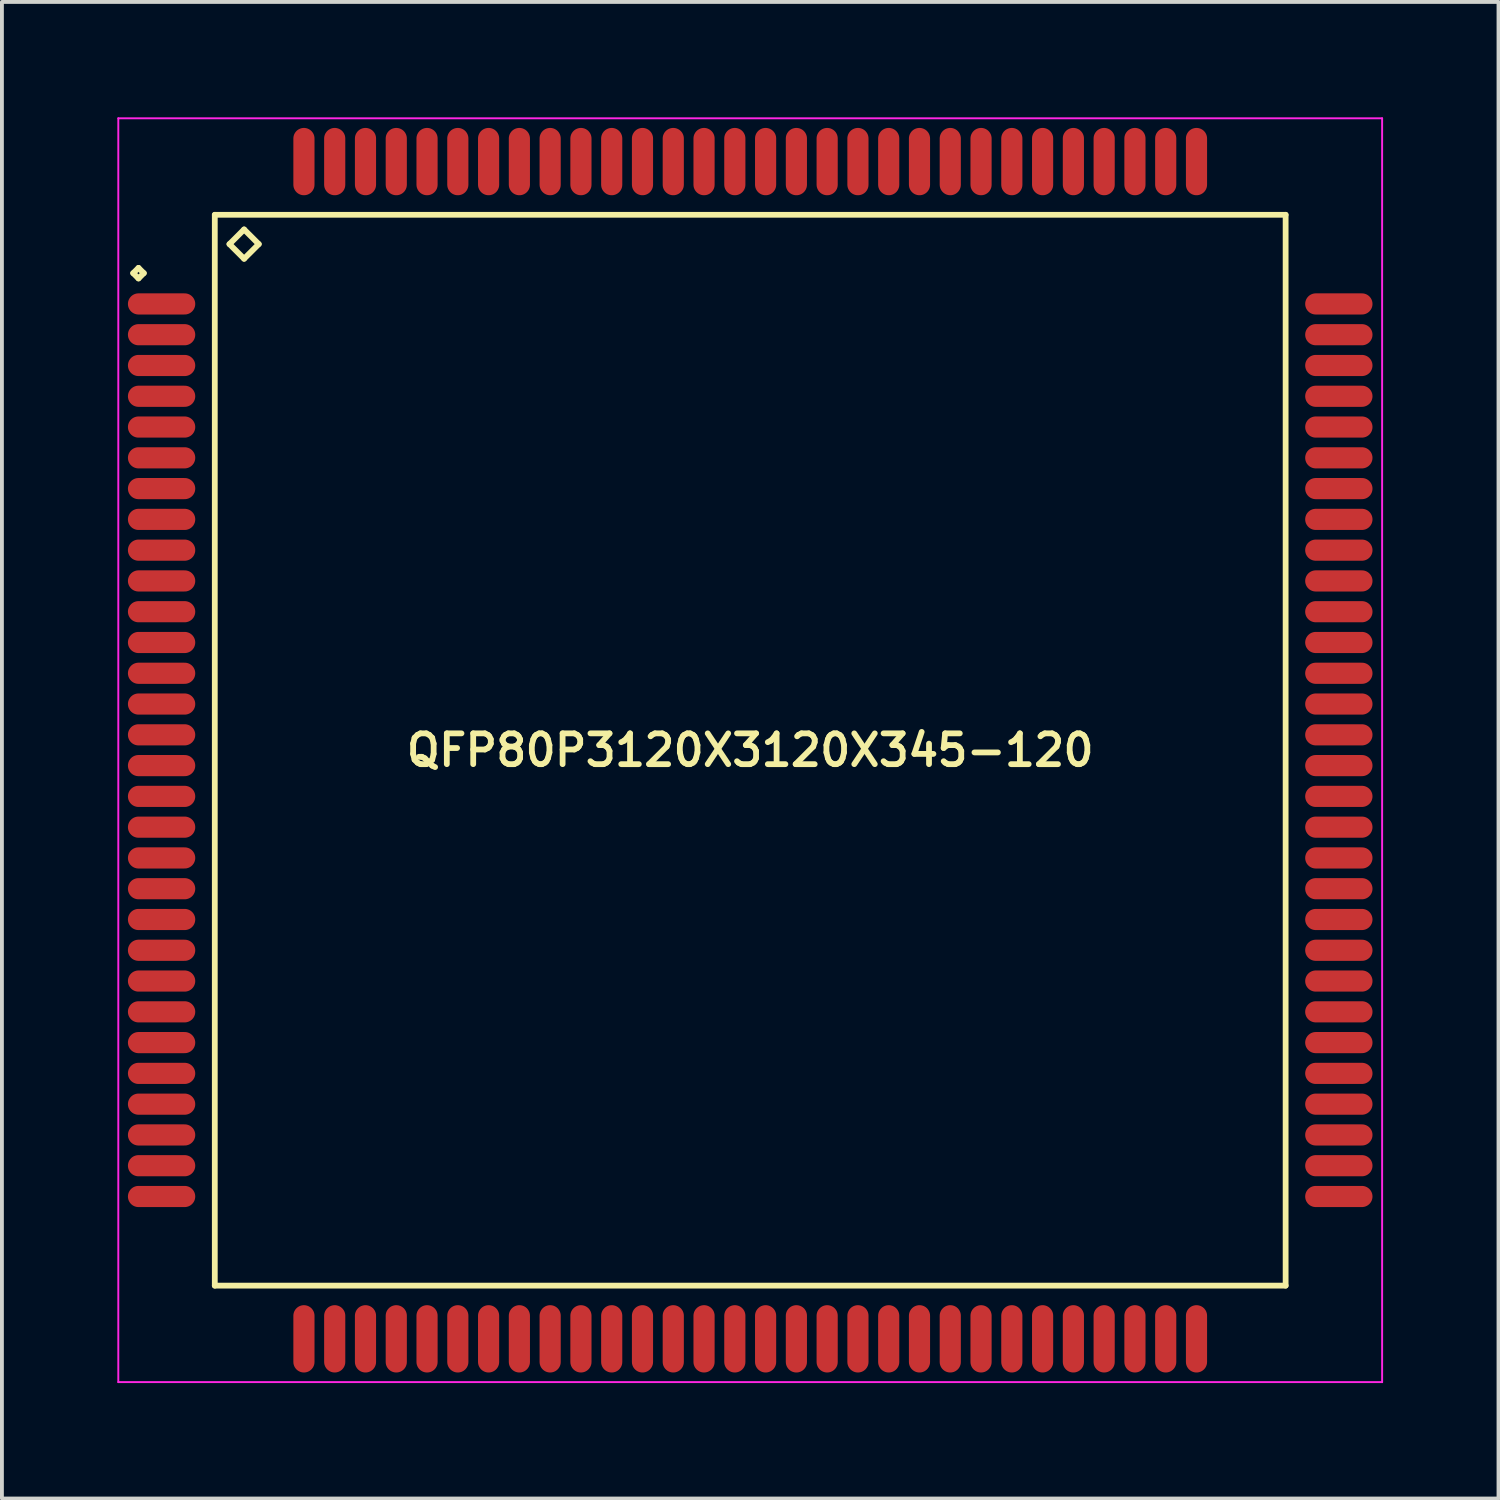
<source format=kicad_pcb>
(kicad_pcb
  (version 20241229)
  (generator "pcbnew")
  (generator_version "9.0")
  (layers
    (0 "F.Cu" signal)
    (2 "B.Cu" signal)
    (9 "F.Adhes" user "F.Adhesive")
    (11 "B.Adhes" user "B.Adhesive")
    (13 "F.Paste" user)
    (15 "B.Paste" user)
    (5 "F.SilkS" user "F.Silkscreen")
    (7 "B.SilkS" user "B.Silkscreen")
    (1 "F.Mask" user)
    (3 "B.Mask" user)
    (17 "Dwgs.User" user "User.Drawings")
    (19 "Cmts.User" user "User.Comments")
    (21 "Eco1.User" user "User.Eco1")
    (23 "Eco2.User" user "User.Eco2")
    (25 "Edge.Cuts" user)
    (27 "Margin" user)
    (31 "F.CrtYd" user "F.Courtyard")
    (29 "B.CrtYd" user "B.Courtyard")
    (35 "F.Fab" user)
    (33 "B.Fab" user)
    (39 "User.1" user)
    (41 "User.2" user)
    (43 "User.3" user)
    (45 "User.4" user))
  (footprint "QFP80P3120X3120X345-120"
    (layer "F.Cu")
    (at 16.45 16.45)
    (property "Reference" "QFP80P3120X3120X345-120" (at 0 0 0) (layer "F.SilkS") (effects (font (size 0.8 0.8) (thickness 0.15))))
    (attr smd)
    (fp_line (start -16.038 -12.4) (end -15.9 -12.537) (stroke (width 0.15) (type solid)) (layer "F.SilkS"))
    (fp_line (start -15.9 -12.537) (end -15.762 -12.4) (stroke (width 0.15) (type solid)) (layer "F.SilkS"))
    (fp_line (start -15.9 -12.262) (end -16.038 -12.4) (stroke (width 0.15) (type solid)) (layer "F.SilkS"))
    (fp_line (start -15.762 -12.4) (end -15.9 -12.262) (stroke (width 0.15) (type solid)) (layer "F.SilkS"))
    (fp_line (start -13.917 -13.917) (end -13.917 13.917) (stroke (width 0.15) (type solid)) (layer "F.SilkS"))
    (fp_line (start -13.917 13.917) (end 13.917 13.917) (stroke (width 0.15) (type solid)) (layer "F.SilkS"))
    (fp_line (start -13.536 -13.155) (end -13.155 -13.536) (stroke (width 0.15) (type solid)) (layer "F.SilkS"))
    (fp_line (start -13.155 -13.536) (end -12.774 -13.155) (stroke (width 0.15) (type solid)) (layer "F.SilkS"))
    (fp_line (start -13.155 -12.774) (end -13.536 -13.155) (stroke (width 0.15) (type solid)) (layer "F.SilkS"))
    (fp_line (start -12.774 -13.155) (end -13.155 -12.774) (stroke (width 0.15) (type solid)) (layer "F.SilkS"))
    (fp_line (start 13.917 -13.917) (end -13.917 -13.917) (stroke (width 0.15) (type solid)) (layer "F.SilkS"))
    (fp_line (start 13.917 13.917) (end 13.917 -13.917) (stroke (width 0.15) (type solid)) (layer "F.SilkS"))
    (fp_line (start -16.425 -16.425) (end 16.425 -16.425) (stroke (width 0.05) (type solid)) (layer "F.CrtYd"))
    (fp_line (start -16.425 16.425) (end -16.425 -16.425) (stroke (width 0.05) (type solid)) (layer "F.CrtYd"))
    (fp_line (start 16.425 -16.425) (end 16.425 16.425) (stroke (width 0.05) (type solid)) (layer "F.CrtYd"))
    (fp_line (start 16.425 16.425) (end -16.425 16.425) (stroke (width 0.05) (type solid)) (layer "F.CrtYd"))
    (pad "1" smd oval (at -15.3 -11.6) (size 1.75 0.55) (layers "F.Cu" "F.Mask" "F.Paste"))
    (pad "2" smd oval (at -15.3 -10.8) (size 1.75 0.55) (layers "F.Cu" "F.Mask" "F.Paste"))
    (pad "3" smd oval (at -15.3 -10) (size 1.75 0.55) (layers "F.Cu" "F.Mask" "F.Paste"))
    (pad "4" smd oval (at -15.3 -9.2) (size 1.75 0.55) (layers "F.Cu" "F.Mask" "F.Paste"))
    (pad "5" smd oval (at -15.3 -8.4) (size 1.75 0.55) (layers "F.Cu" "F.Mask" "F.Paste"))
    (pad "6" smd oval (at -15.3 -7.6) (size 1.75 0.55) (layers "F.Cu" "F.Mask" "F.Paste"))
    (pad "7" smd oval (at -15.3 -6.8) (size 1.75 0.55) (layers "F.Cu" "F.Mask" "F.Paste"))
    (pad "8" smd oval (at -15.3 -6) (size 1.75 0.55) (layers "F.Cu" "F.Mask" "F.Paste"))
    (pad "9" smd oval (at -15.3 -5.2) (size 1.75 0.55) (layers "F.Cu" "F.Mask" "F.Paste"))
    (pad "10" smd oval (at -15.3 -4.4) (size 1.75 0.55) (layers "F.Cu" "F.Mask" "F.Paste"))
    (pad "11" smd oval (at -15.3 -3.6) (size 1.75 0.55) (layers "F.Cu" "F.Mask" "F.Paste"))
    (pad "12" smd oval (at -15.3 -2.8) (size 1.75 0.55) (layers "F.Cu" "F.Mask" "F.Paste"))
    (pad "13" smd oval (at -15.3 -2) (size 1.75 0.55) (layers "F.Cu" "F.Mask" "F.Paste"))
    (pad "14" smd oval (at -15.3 -1.2) (size 1.75 0.55) (layers "F.Cu" "F.Mask" "F.Paste"))
    (pad "15" smd oval (at -15.3 -0.4) (size 1.75 0.55) (layers "F.Cu" "F.Mask" "F.Paste"))
    (pad "16" smd oval (at -15.3 0.4) (size 1.75 0.55) (layers "F.Cu" "F.Mask" "F.Paste"))
    (pad "17" smd oval (at -15.3 1.2) (size 1.75 0.55) (layers "F.Cu" "F.Mask" "F.Paste"))
    (pad "18" smd oval (at -15.3 2) (size 1.75 0.55) (layers "F.Cu" "F.Mask" "F.Paste"))
    (pad "19" smd oval (at -15.3 2.8) (size 1.75 0.55) (layers "F.Cu" "F.Mask" "F.Paste"))
    (pad "20" smd oval (at -15.3 3.6) (size 1.75 0.55) (layers "F.Cu" "F.Mask" "F.Paste"))
    (pad "21" smd oval (at -15.3 4.4) (size 1.75 0.55) (layers "F.Cu" "F.Mask" "F.Paste"))
    (pad "22" smd oval (at -15.3 5.2) (size 1.75 0.55) (layers "F.Cu" "F.Mask" "F.Paste"))
    (pad "23" smd oval (at -15.3 6) (size 1.75 0.55) (layers "F.Cu" "F.Mask" "F.Paste"))
    (pad "24" smd oval (at -15.3 6.8) (size 1.75 0.55) (layers "F.Cu" "F.Mask" "F.Paste"))
    (pad "25" smd oval (at -15.3 7.6) (size 1.75 0.55) (layers "F.Cu" "F.Mask" "F.Paste"))
    (pad "26" smd oval (at -15.3 8.4) (size 1.75 0.55) (layers "F.Cu" "F.Mask" "F.Paste"))
    (pad "27" smd oval (at -15.3 9.2) (size 1.75 0.55) (layers "F.Cu" "F.Mask" "F.Paste"))
    (pad "28" smd oval (at -15.3 10) (size 1.75 0.55) (layers "F.Cu" "F.Mask" "F.Paste"))
    (pad "29" smd oval (at -15.3 10.8) (size 1.75 0.55) (layers "F.Cu" "F.Mask" "F.Paste"))
    (pad "30" smd oval (at -15.3 11.6) (size 1.75 0.55) (layers "F.Cu" "F.Mask" "F.Paste"))
    (pad "31" smd oval (at -11.6 15.3) (size 0.55 1.75) (layers "F.Cu" "F.Mask" "F.Paste"))
    (pad "32" smd oval (at -10.8 15.3) (size 0.55 1.75) (layers "F.Cu" "F.Mask" "F.Paste"))
    (pad "33" smd oval (at -10 15.3) (size 0.55 1.75) (layers "F.Cu" "F.Mask" "F.Paste"))
    (pad "34" smd oval (at -9.2 15.3) (size 0.55 1.75) (layers "F.Cu" "F.Mask" "F.Paste"))
    (pad "35" smd oval (at -8.4 15.3) (size 0.55 1.75) (layers "F.Cu" "F.Mask" "F.Paste"))
    (pad "36" smd oval (at -7.6 15.3) (size 0.55 1.75) (layers "F.Cu" "F.Mask" "F.Paste"))
    (pad "37" smd oval (at -6.8 15.3) (size 0.55 1.75) (layers "F.Cu" "F.Mask" "F.Paste"))
    (pad "38" smd oval (at -6 15.3) (size 0.55 1.75) (layers "F.Cu" "F.Mask" "F.Paste"))
    (pad "39" smd oval (at -5.2 15.3) (size 0.55 1.75) (layers "F.Cu" "F.Mask" "F.Paste"))
    (pad "40" smd oval (at -4.4 15.3) (size 0.55 1.75) (layers "F.Cu" "F.Mask" "F.Paste"))
    (pad "41" smd oval (at -3.6 15.3) (size 0.55 1.75) (layers "F.Cu" "F.Mask" "F.Paste"))
    (pad "42" smd oval (at -2.8 15.3) (size 0.55 1.75) (layers "F.Cu" "F.Mask" "F.Paste"))
    (pad "43" smd oval (at -2 15.3) (size 0.55 1.75) (layers "F.Cu" "F.Mask" "F.Paste"))
    (pad "44" smd oval (at -1.2 15.3) (size 0.55 1.75) (layers "F.Cu" "F.Mask" "F.Paste"))
    (pad "45" smd oval (at -0.4 15.3) (size 0.55 1.75) (layers "F.Cu" "F.Mask" "F.Paste"))
    (pad "46" smd oval (at 0.4 15.3) (size 0.55 1.75) (layers "F.Cu" "F.Mask" "F.Paste"))
    (pad "47" smd oval (at 1.2 15.3) (size 0.55 1.75) (layers "F.Cu" "F.Mask" "F.Paste"))
    (pad "48" smd oval (at 2 15.3) (size 0.55 1.75) (layers "F.Cu" "F.Mask" "F.Paste"))
    (pad "49" smd oval (at 2.8 15.3) (size 0.55 1.75) (layers "F.Cu" "F.Mask" "F.Paste"))
    (pad "50" smd oval (at 3.6 15.3) (size 0.55 1.75) (layers "F.Cu" "F.Mask" "F.Paste"))
    (pad "51" smd oval (at 4.4 15.3) (size 0.55 1.75) (layers "F.Cu" "F.Mask" "F.Paste"))
    (pad "52" smd oval (at 5.2 15.3) (size 0.55 1.75) (layers "F.Cu" "F.Mask" "F.Paste"))
    (pad "53" smd oval (at 6 15.3) (size 0.55 1.75) (layers "F.Cu" "F.Mask" "F.Paste"))
    (pad "54" smd oval (at 6.8 15.3) (size 0.55 1.75) (layers "F.Cu" "F.Mask" "F.Paste"))
    (pad "55" smd oval (at 7.6 15.3) (size 0.55 1.75) (layers "F.Cu" "F.Mask" "F.Paste"))
    (pad "56" smd oval (at 8.4 15.3) (size 0.55 1.75) (layers "F.Cu" "F.Mask" "F.Paste"))
    (pad "57" smd oval (at 9.2 15.3) (size 0.55 1.75) (layers "F.Cu" "F.Mask" "F.Paste"))
    (pad "58" smd oval (at 10 15.3) (size 0.55 1.75) (layers "F.Cu" "F.Mask" "F.Paste"))
    (pad "59" smd oval (at 10.8 15.3) (size 0.55 1.75) (layers "F.Cu" "F.Mask" "F.Paste"))
    (pad "60" smd oval (at 11.6 15.3) (size 0.55 1.75) (layers "F.Cu" "F.Mask" "F.Paste"))
    (pad "61" smd oval (at 15.3 11.6) (size 1.75 0.55) (layers "F.Cu" "F.Mask" "F.Paste"))
    (pad "62" smd oval (at 15.3 10.8) (size 1.75 0.55) (layers "F.Cu" "F.Mask" "F.Paste"))
    (pad "63" smd oval (at 15.3 10) (size 1.75 0.55) (layers "F.Cu" "F.Mask" "F.Paste"))
    (pad "64" smd oval (at 15.3 9.2) (size 1.75 0.55) (layers "F.Cu" "F.Mask" "F.Paste"))
    (pad "65" smd oval (at 15.3 8.4) (size 1.75 0.55) (layers "F.Cu" "F.Mask" "F.Paste"))
    (pad "66" smd oval (at 15.3 7.6) (size 1.75 0.55) (layers "F.Cu" "F.Mask" "F.Paste"))
    (pad "67" smd oval (at 15.3 6.8) (size 1.75 0.55) (layers "F.Cu" "F.Mask" "F.Paste"))
    (pad "68" smd oval (at 15.3 6) (size 1.75 0.55) (layers "F.Cu" "F.Mask" "F.Paste"))
    (pad "69" smd oval (at 15.3 5.2) (size 1.75 0.55) (layers "F.Cu" "F.Mask" "F.Paste"))
    (pad "70" smd oval (at 15.3 4.4) (size 1.75 0.55) (layers "F.Cu" "F.Mask" "F.Paste"))
    (pad "71" smd oval (at 15.3 3.6) (size 1.75 0.55) (layers "F.Cu" "F.Mask" "F.Paste"))
    (pad "72" smd oval (at 15.3 2.8) (size 1.75 0.55) (layers "F.Cu" "F.Mask" "F.Paste"))
    (pad "73" smd oval (at 15.3 2) (size 1.75 0.55) (layers "F.Cu" "F.Mask" "F.Paste"))
    (pad "74" smd oval (at 15.3 1.2) (size 1.75 0.55) (layers "F.Cu" "F.Mask" "F.Paste"))
    (pad "75" smd oval (at 15.3 0.4) (size 1.75 0.55) (layers "F.Cu" "F.Mask" "F.Paste"))
    (pad "76" smd oval (at 15.3 -0.4) (size 1.75 0.55) (layers "F.Cu" "F.Mask" "F.Paste"))
    (pad "77" smd oval (at 15.3 -1.2) (size 1.75 0.55) (layers "F.Cu" "F.Mask" "F.Paste"))
    (pad "78" smd oval (at 15.3 -2) (size 1.75 0.55) (layers "F.Cu" "F.Mask" "F.Paste"))
    (pad "79" smd oval (at 15.3 -2.8) (size 1.75 0.55) (layers "F.Cu" "F.Mask" "F.Paste"))
    (pad "80" smd oval (at 15.3 -3.6) (size 1.75 0.55) (layers "F.Cu" "F.Mask" "F.Paste"))
    (pad "81" smd oval (at 15.3 -4.4) (size 1.75 0.55) (layers "F.Cu" "F.Mask" "F.Paste"))
    (pad "82" smd oval (at 15.3 -5.2) (size 1.75 0.55) (layers "F.Cu" "F.Mask" "F.Paste"))
    (pad "83" smd oval (at 15.3 -6) (size 1.75 0.55) (layers "F.Cu" "F.Mask" "F.Paste"))
    (pad "84" smd oval (at 15.3 -6.8) (size 1.75 0.55) (layers "F.Cu" "F.Mask" "F.Paste"))
    (pad "85" smd oval (at 15.3 -7.6) (size 1.75 0.55) (layers "F.Cu" "F.Mask" "F.Paste"))
    (pad "86" smd oval (at 15.3 -8.4) (size 1.75 0.55) (layers "F.Cu" "F.Mask" "F.Paste"))
    (pad "87" smd oval (at 15.3 -9.2) (size 1.75 0.55) (layers "F.Cu" "F.Mask" "F.Paste"))
    (pad "88" smd oval (at 15.3 -10) (size 1.75 0.55) (layers "F.Cu" "F.Mask" "F.Paste"))
    (pad "89" smd oval (at 15.3 -10.8) (size 1.75 0.55) (layers "F.Cu" "F.Mask" "F.Paste"))
    (pad "90" smd oval (at 15.3 -11.6) (size 1.75 0.55) (layers "F.Cu" "F.Mask" "F.Paste"))
    (pad "91" smd oval (at 11.6 -15.3) (size 0.55 1.75) (layers "F.Cu" "F.Mask" "F.Paste"))
    (pad "92" smd oval (at 10.8 -15.3) (size 0.55 1.75) (layers "F.Cu" "F.Mask" "F.Paste"))
    (pad "93" smd oval (at 10 -15.3) (size 0.55 1.75) (layers "F.Cu" "F.Mask" "F.Paste"))
    (pad "94" smd oval (at 9.2 -15.3) (size 0.55 1.75) (layers "F.Cu" "F.Mask" "F.Paste"))
    (pad "95" smd oval (at 8.4 -15.3) (size 0.55 1.75) (layers "F.Cu" "F.Mask" "F.Paste"))
    (pad "96" smd oval (at 7.6 -15.3) (size 0.55 1.75) (layers "F.Cu" "F.Mask" "F.Paste"))
    (pad "97" smd oval (at 6.8 -15.3) (size 0.55 1.75) (layers "F.Cu" "F.Mask" "F.Paste"))
    (pad "98" smd oval (at 6 -15.3) (size 0.55 1.75) (layers "F.Cu" "F.Mask" "F.Paste"))
    (pad "99" smd oval (at 5.2 -15.3) (size 0.55 1.75) (layers "F.Cu" "F.Mask" "F.Paste"))
    (pad "100" smd oval (at 4.4 -15.3) (size 0.55 1.75) (layers "F.Cu" "F.Mask" "F.Paste"))
    (pad "101" smd oval (at 3.6 -15.3) (size 0.55 1.75) (layers "F.Cu" "F.Mask" "F.Paste"))
    (pad "102" smd oval (at 2.8 -15.3) (size 0.55 1.75) (layers "F.Cu" "F.Mask" "F.Paste"))
    (pad "103" smd oval (at 2 -15.3) (size 0.55 1.75) (layers "F.Cu" "F.Mask" "F.Paste"))
    (pad "104" smd oval (at 1.2 -15.3) (size 0.55 1.75) (layers "F.Cu" "F.Mask" "F.Paste"))
    (pad "105" smd oval (at 0.4 -15.3) (size 0.55 1.75) (layers "F.Cu" "F.Mask" "F.Paste"))
    (pad "106" smd oval (at -0.4 -15.3) (size 0.55 1.75) (layers "F.Cu" "F.Mask" "F.Paste"))
    (pad "107" smd oval (at -1.2 -15.3) (size 0.55 1.75) (layers "F.Cu" "F.Mask" "F.Paste"))
    (pad "108" smd oval (at -2 -15.3) (size 0.55 1.75) (layers "F.Cu" "F.Mask" "F.Paste"))
    (pad "109" smd oval (at -2.8 -15.3) (size 0.55 1.75) (layers "F.Cu" "F.Mask" "F.Paste"))
    (pad "110" smd oval (at -3.6 -15.3) (size 0.55 1.75) (layers "F.Cu" "F.Mask" "F.Paste"))
    (pad "111" smd oval (at -4.4 -15.3) (size 0.55 1.75) (layers "F.Cu" "F.Mask" "F.Paste"))
    (pad "112" smd oval (at -5.2 -15.3) (size 0.55 1.75) (layers "F.Cu" "F.Mask" "F.Paste"))
    (pad "113" smd oval (at -6 -15.3) (size 0.55 1.75) (layers "F.Cu" "F.Mask" "F.Paste"))
    (pad "114" smd oval (at -6.8 -15.3) (size 0.55 1.75) (layers "F.Cu" "F.Mask" "F.Paste"))
    (pad "115" smd oval (at -7.6 -15.3) (size 0.55 1.75) (layers "F.Cu" "F.Mask" "F.Paste"))
    (pad "116" smd oval (at -8.4 -15.3) (size 0.55 1.75) (layers "F.Cu" "F.Mask" "F.Paste"))
    (pad "117" smd oval (at -9.2 -15.3) (size 0.55 1.75) (layers "F.Cu" "F.Mask" "F.Paste"))
    (pad "118" smd oval (at -10 -15.3) (size 0.55 1.75) (layers "F.Cu" "F.Mask" "F.Paste"))
    (pad "119" smd oval (at -10.8 -15.3) (size 0.55 1.75) (layers "F.Cu" "F.Mask" "F.Paste"))
    (pad "120" smd oval (at -11.6 -15.3) (size 0.55 1.75) (layers "F.Cu" "F.Mask" "F.Paste")))
  (gr_rect
    (start -3 -3)
    (end 35.9 35.9)
    (stroke (width 0.1) (type default))
    (fill no)
    (layer "Edge.Cuts")))
</source>
